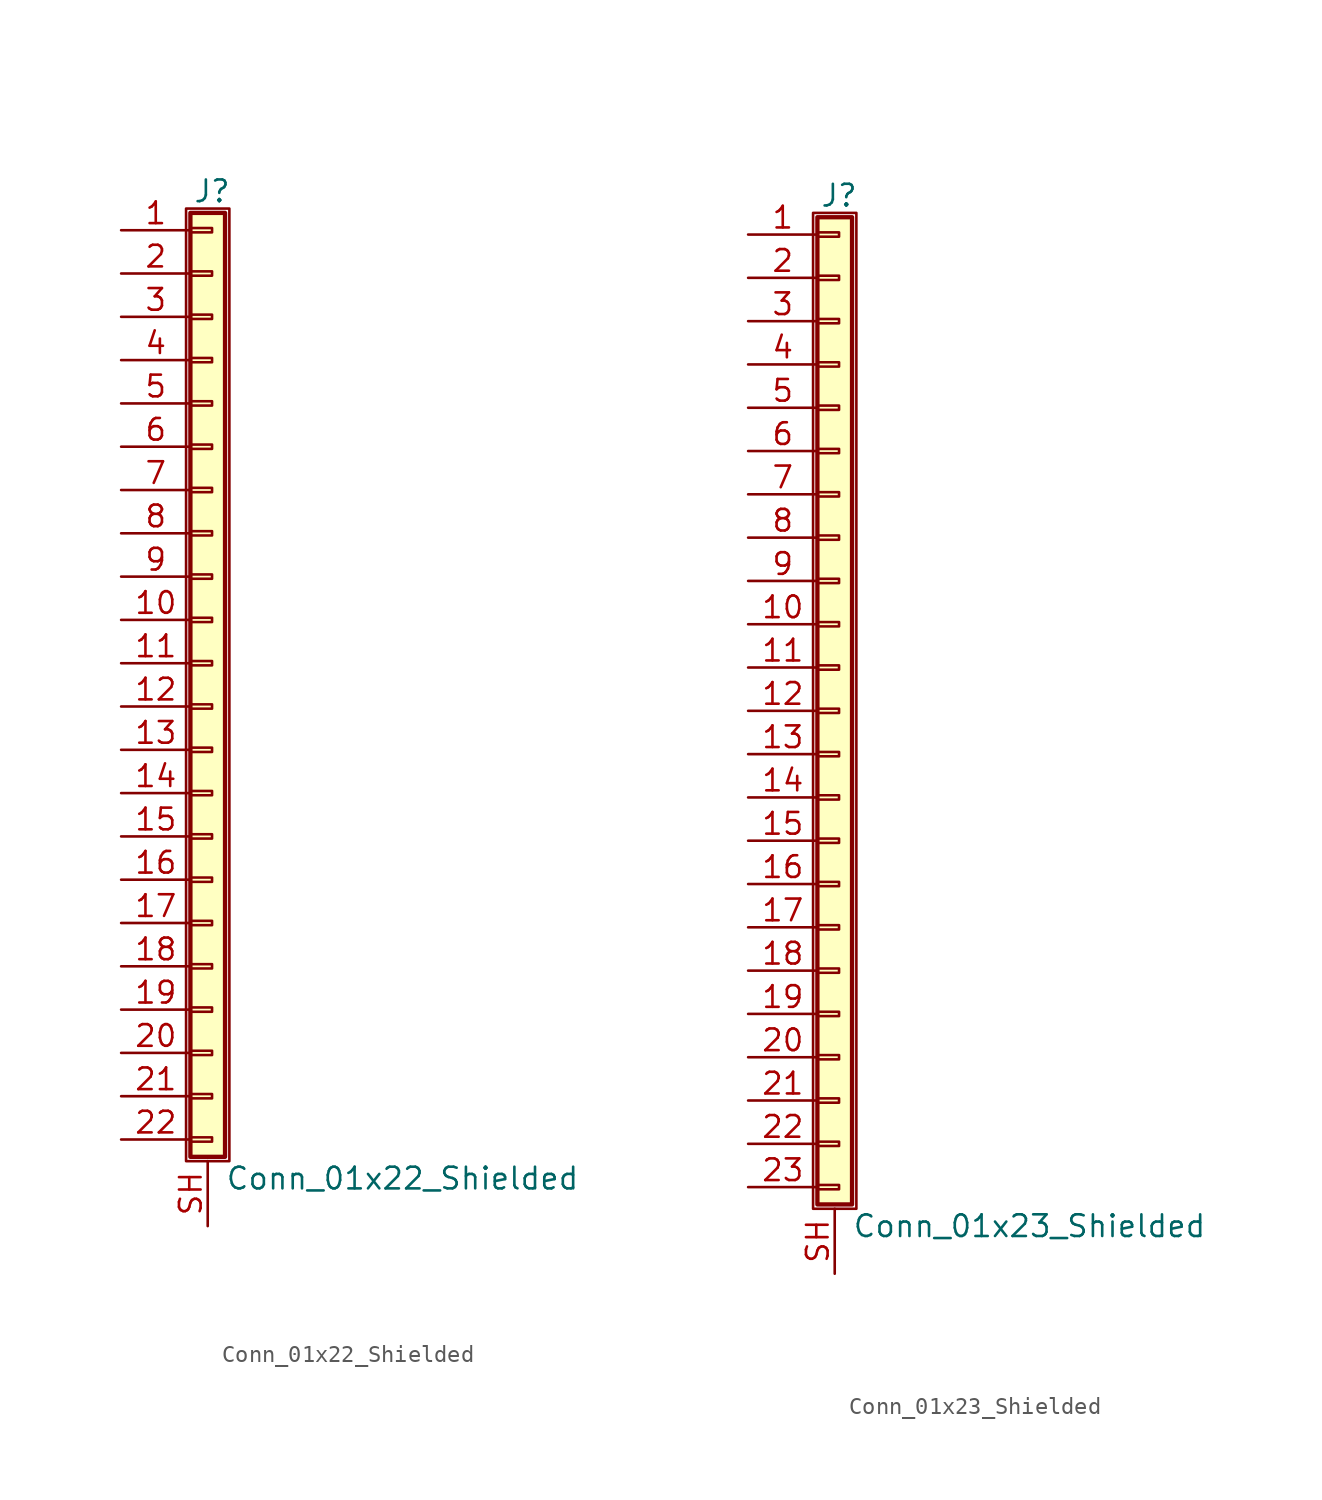
<source format=kicad_sym>
(kicad_symbol_lib
  (version 20201005)
  (generator kicad_symbol_editor)
  (symbol "Connector_Generic_Shielded:Conn_01x22_Shielded"
    (pin_names
      (offset 1.016) hide)
    (property "Reference" "J"
      (at 0.254 27.686 0)
      (effects (font (size 1.27 1.27))))
    (property "Value" "Conn_01x22_Shielded"
      (at 1.016 -30.226 0)
      (effects (font (size 1.27 1.27)) (justify left)))
    (symbol "Conn_01x22_Shielded_1_1"
      (rectangle (start -1.016 -27.813) (end 0.254 -28.067) (stroke (width 0.152)) (fill (type none)))
      (rectangle (start -1.016 -4.953) (end 0.254 -5.207) (stroke (width 0.152)) (fill (type none)))
      (rectangle (start -1.016 -7.493) (end 0.254 -7.747) (stroke (width 0.152)) (fill (type none)))
      (rectangle (start -1.016 -10.033) (end 0.254 -10.287) (stroke (width 0.152)) (fill (type none)))
      (rectangle (start -1.016 -12.573) (end 0.254 -12.827) (stroke (width 0.152)) (fill (type none)))
      (rectangle (start -1.016 -15.113) (end 0.254 -15.367) (stroke (width 0.152)) (fill (type none)))
      (rectangle (start -1.016 -17.653) (end 0.254 -17.907) (stroke (width 0.152)) (fill (type none)))
      (rectangle (start -1.016 -20.193) (end 0.254 -20.447) (stroke (width 0.152)) (fill (type none)))
      (rectangle (start -1.016 -22.733) (end 0.254 -22.987) (stroke (width 0.152)) (fill (type none)))
      (rectangle (start -1.016 -2.413) (end 0.254 -2.667) (stroke (width 0.152)) (fill (type none)))
      (rectangle (start -1.016 -25.273) (end 0.254 -25.527) (stroke (width 0.152)) (fill (type none)))
      (rectangle (start -1.016 25.527) (end 0.254 25.273) (stroke (width 0.152)) (fill (type none)))
      (rectangle (start -1.016 26.416) (end 1.016 -28.956) (stroke (width 0.254)) (fill (type background)))
      (rectangle (start -1.016 2.667) (end 0.254 2.413) (stroke (width 0.152)) (fill (type none)))
      (rectangle (start -1.016 5.207) (end 0.254 4.953) (stroke (width 0.152)) (fill (type none)))
      (rectangle (start -1.016 7.747) (end 0.254 7.493) (stroke (width 0.152)) (fill (type none)))
      (rectangle (start -1.016 10.287) (end 0.254 10.033) (stroke (width 0.152)) (fill (type none)))
      (rectangle (start -1.016 0.127) (end 0.254 -0.127) (stroke (width 0.152)) (fill (type none)))
      (rectangle (start -1.016 12.827) (end 0.254 12.573) (stroke (width 0.152)) (fill (type none)))
      (rectangle (start -1.016 15.367) (end 0.254 15.113) (stroke (width 0.152)) (fill (type none)))
      (rectangle (start -1.016 17.907) (end 0.254 17.653) (stroke (width 0.152)) (fill (type none)))
      (rectangle (start -1.016 20.447) (end 0.254 20.193) (stroke (width 0.152)) (fill (type none)))
      (rectangle (start -1.016 22.987) (end 0.254 22.733) (stroke (width 0.152)) (fill (type none)))
      (rectangle (start -1.27 26.67) (end 1.27 -29.21) (stroke (width 0.152)) (fill (type none)))
      (pin passive line (at -5.08 25.4 0) (length 4.064) (name "Pin_1" (effects (font (size 1.27 1.27)))) (number "1" (effects (font (size 1.27 1.27)))))
      (pin passive line (at -5.08 2.54 0) (length 4.064) (name "Pin_10" (effects (font (size 1.27 1.27)))) (number "10" (effects (font (size 1.27 1.27)))))
      (pin passive line (at -5.08 0 0) (length 4.064) (name "Pin_11" (effects (font (size 1.27 1.27)))) (number "11" (effects (font (size 1.27 1.27)))))
      (pin passive line (at -5.08 -2.54 0) (length 4.064) (name "Pin_12" (effects (font (size 1.27 1.27)))) (number "12" (effects (font (size 1.27 1.27)))))
      (pin passive line (at -5.08 -5.08 0) (length 4.064) (name "Pin_13" (effects (font (size 1.27 1.27)))) (number "13" (effects (font (size 1.27 1.27)))))
      (pin passive line (at -5.08 -7.62 0) (length 4.064) (name "Pin_14" (effects (font (size 1.27 1.27)))) (number "14" (effects (font (size 1.27 1.27)))))
      (pin passive line (at -5.08 -10.16 0) (length 4.064) (name "Pin_15" (effects (font (size 1.27 1.27)))) (number "15" (effects (font (size 1.27 1.27)))))
      (pin passive line (at -5.08 -12.7 0) (length 4.064) (name "Pin_16" (effects (font (size 1.27 1.27)))) (number "16" (effects (font (size 1.27 1.27)))))
      (pin passive line (at -5.08 -15.24 0) (length 4.064) (name "Pin_17" (effects (font (size 1.27 1.27)))) (number "17" (effects (font (size 1.27 1.27)))))
      (pin passive line (at -5.08 -17.78 0) (length 4.064) (name "Pin_18" (effects (font (size 1.27 1.27)))) (number "18" (effects (font (size 1.27 1.27)))))
      (pin passive line (at -5.08 -20.32 0) (length 4.064) (name "Pin_19" (effects (font (size 1.27 1.27)))) (number "19" (effects (font (size 1.27 1.27)))))
      (pin passive line (at -5.08 22.86 0) (length 4.064) (name "Pin_2" (effects (font (size 1.27 1.27)))) (number "2" (effects (font (size 1.27 1.27)))))
      (pin passive line (at -5.08 -22.86 0) (length 4.064) (name "Pin_20" (effects (font (size 1.27 1.27)))) (number "20" (effects (font (size 1.27 1.27)))))
      (pin passive line (at -5.08 -25.4 0) (length 4.064) (name "Pin_21" (effects (font (size 1.27 1.27)))) (number "21" (effects (font (size 1.27 1.27)))))
      (pin passive line (at -5.08 -27.94 0) (length 4.064) (name "Pin_22" (effects (font (size 1.27 1.27)))) (number "22" (effects (font (size 1.27 1.27)))))
      (pin passive line (at -5.08 20.32 0) (length 4.064) (name "Pin_3" (effects (font (size 1.27 1.27)))) (number "3" (effects (font (size 1.27 1.27)))))
      (pin passive line (at -5.08 17.78 0) (length 4.064) (name "Pin_4" (effects (font (size 1.27 1.27)))) (number "4" (effects (font (size 1.27 1.27)))))
      (pin passive line (at -5.08 15.24 0) (length 4.064) (name "Pin_5" (effects (font (size 1.27 1.27)))) (number "5" (effects (font (size 1.27 1.27)))))
      (pin passive line (at -5.08 12.7 0) (length 4.064) (name "Pin_6" (effects (font (size 1.27 1.27)))) (number "6" (effects (font (size 1.27 1.27)))))
      (pin passive line (at -5.08 10.16 0) (length 4.064) (name "Pin_7" (effects (font (size 1.27 1.27)))) (number "7" (effects (font (size 1.27 1.27)))))
      (pin passive line (at -5.08 7.62 0) (length 4.064) (name "Pin_8" (effects (font (size 1.27 1.27)))) (number "8" (effects (font (size 1.27 1.27)))))
      (pin passive line (at -5.08 5.08 0) (length 4.064) (name "Pin_9" (effects (font (size 1.27 1.27)))) (number "9" (effects (font (size 1.27 1.27)))))
      (pin passive line (at 0 -33.02 90) (length 3.81) (name "Shield" (effects (font (size 1.27 1.27)))) (number "SH" (effects (font (size 1.27 1.27)))))))
  (symbol "Connector_Generic_Shielded:Conn_01x23_Shielded"
    (pin_names
      (offset 1.016) hide)
    (property "Reference" "J"
      (at 0.254 30.226 0)
      (effects (font (size 1.27 1.27))))
    (property "Value" "Conn_01x23_Shielded"
      (at 1.016 -30.226 0)
      (effects (font (size 1.27 1.27)) (justify left)))
    (symbol "Conn_01x23_Shielded_1_1"
      (rectangle (start -1.016 -27.813) (end 0.254 -28.067) (stroke (width 0.152)) (fill (type none)))
      (rectangle (start -1.016 -4.953) (end 0.254 -5.207) (stroke (width 0.152)) (fill (type none)))
      (rectangle (start -1.016 -7.493) (end 0.254 -7.747) (stroke (width 0.152)) (fill (type none)))
      (rectangle (start -1.016 -10.033) (end 0.254 -10.287) (stroke (width 0.152)) (fill (type none)))
      (rectangle (start -1.016 -12.573) (end 0.254 -12.827) (stroke (width 0.152)) (fill (type none)))
      (rectangle (start -1.016 -15.113) (end 0.254 -15.367) (stroke (width 0.152)) (fill (type none)))
      (rectangle (start -1.016 -17.653) (end 0.254 -17.907) (stroke (width 0.152)) (fill (type none)))
      (rectangle (start -1.016 -20.193) (end 0.254 -20.447) (stroke (width 0.152)) (fill (type none)))
      (rectangle (start -1.016 -22.733) (end 0.254 -22.987) (stroke (width 0.152)) (fill (type none)))
      (rectangle (start -1.016 -2.413) (end 0.254 -2.667) (stroke (width 0.152)) (fill (type none)))
      (rectangle (start -1.016 -25.273) (end 0.254 -25.527) (stroke (width 0.152)) (fill (type none)))
      (rectangle (start -1.016 25.527) (end 0.254 25.273) (stroke (width 0.152)) (fill (type none)))
      (rectangle (start -1.016 2.667) (end 0.254 2.413) (stroke (width 0.152)) (fill (type none)))
      (rectangle (start -1.016 28.067) (end 0.254 27.813) (stroke (width 0.152)) (fill (type none)))
      (rectangle (start -1.016 28.956) (end 1.016 -28.956) (stroke (width 0.254)) (fill (type background)))
      (rectangle (start -1.016 5.207) (end 0.254 4.953) (stroke (width 0.152)) (fill (type none)))
      (rectangle (start -1.016 7.747) (end 0.254 7.493) (stroke (width 0.152)) (fill (type none)))
      (rectangle (start -1.016 10.287) (end 0.254 10.033) (stroke (width 0.152)) (fill (type none)))
      (rectangle (start -1.016 0.127) (end 0.254 -0.127) (stroke (width 0.152)) (fill (type none)))
      (rectangle (start -1.016 12.827) (end 0.254 12.573) (stroke (width 0.152)) (fill (type none)))
      (rectangle (start -1.016 15.367) (end 0.254 15.113) (stroke (width 0.152)) (fill (type none)))
      (rectangle (start -1.016 17.907) (end 0.254 17.653) (stroke (width 0.152)) (fill (type none)))
      (rectangle (start -1.016 20.447) (end 0.254 20.193) (stroke (width 0.152)) (fill (type none)))
      (rectangle (start -1.016 22.987) (end 0.254 22.733) (stroke (width 0.152)) (fill (type none)))
      (rectangle (start -1.27 29.21) (end 1.27 -29.21) (stroke (width 0.152)) (fill (type none)))
      (pin passive line (at -5.08 27.94 0) (length 4.064) (name "Pin_1" (effects (font (size 1.27 1.27)))) (number "1" (effects (font (size 1.27 1.27)))))
      (pin passive line (at -5.08 5.08 0) (length 4.064) (name "Pin_10" (effects (font (size 1.27 1.27)))) (number "10" (effects (font (size 1.27 1.27)))))
      (pin passive line (at -5.08 2.54 0) (length 4.064) (name "Pin_11" (effects (font (size 1.27 1.27)))) (number "11" (effects (font (size 1.27 1.27)))))
      (pin passive line (at -5.08 0 0) (length 4.064) (name "Pin_12" (effects (font (size 1.27 1.27)))) (number "12" (effects (font (size 1.27 1.27)))))
      (pin passive line (at -5.08 -2.54 0) (length 4.064) (name "Pin_13" (effects (font (size 1.27 1.27)))) (number "13" (effects (font (size 1.27 1.27)))))
      (pin passive line (at -5.08 -5.08 0) (length 4.064) (name "Pin_14" (effects (font (size 1.27 1.27)))) (number "14" (effects (font (size 1.27 1.27)))))
      (pin passive line (at -5.08 -7.62 0) (length 4.064) (name "Pin_15" (effects (font (size 1.27 1.27)))) (number "15" (effects (font (size 1.27 1.27)))))
      (pin passive line (at -5.08 -10.16 0) (length 4.064) (name "Pin_16" (effects (font (size 1.27 1.27)))) (number "16" (effects (font (size 1.27 1.27)))))
      (pin passive line (at -5.08 -12.7 0) (length 4.064) (name "Pin_17" (effects (font (size 1.27 1.27)))) (number "17" (effects (font (size 1.27 1.27)))))
      (pin passive line (at -5.08 -15.24 0) (length 4.064) (name "Pin_18" (effects (font (size 1.27 1.27)))) (number "18" (effects (font (size 1.27 1.27)))))
      (pin passive line (at -5.08 -17.78 0) (length 4.064) (name "Pin_19" (effects (font (size 1.27 1.27)))) (number "19" (effects (font (size 1.27 1.27)))))
      (pin passive line (at -5.08 25.4 0) (length 4.064) (name "Pin_2" (effects (font (size 1.27 1.27)))) (number "2" (effects (font (size 1.27 1.27)))))
      (pin passive line (at -5.08 -20.32 0) (length 4.064) (name "Pin_20" (effects (font (size 1.27 1.27)))) (number "20" (effects (font (size 1.27 1.27)))))
      (pin passive line (at -5.08 -22.86 0) (length 4.064) (name "Pin_21" (effects (font (size 1.27 1.27)))) (number "21" (effects (font (size 1.27 1.27)))))
      (pin passive line (at -5.08 -25.4 0) (length 4.064) (name "Pin_22" (effects (font (size 1.27 1.27)))) (number "22" (effects (font (size 1.27 1.27)))))
      (pin passive line (at -5.08 -27.94 0) (length 4.064) (name "Pin_23" (effects (font (size 1.27 1.27)))) (number "23" (effects (font (size 1.27 1.27)))))
      (pin passive line (at -5.08 22.86 0) (length 4.064) (name "Pin_3" (effects (font (size 1.27 1.27)))) (number "3" (effects (font (size 1.27 1.27)))))
      (pin passive line (at -5.08 20.32 0) (length 4.064) (name "Pin_4" (effects (font (size 1.27 1.27)))) (number "4" (effects (font (size 1.27 1.27)))))
      (pin passive line (at -5.08 17.78 0) (length 4.064) (name "Pin_5" (effects (font (size 1.27 1.27)))) (number "5" (effects (font (size 1.27 1.27)))))
      (pin passive line (at -5.08 15.24 0) (length 4.064) (name "Pin_6" (effects (font (size 1.27 1.27)))) (number "6" (effects (font (size 1.27 1.27)))))
      (pin passive line (at -5.08 12.7 0) (length 4.064) (name "Pin_7" (effects (font (size 1.27 1.27)))) (number "7" (effects (font (size 1.27 1.27)))))
      (pin passive line (at -5.08 10.16 0) (length 4.064) (name "Pin_8" (effects (font (size 1.27 1.27)))) (number "8" (effects (font (size 1.27 1.27)))))
      (pin passive line (at -5.08 7.62 0) (length 4.064) (name "Pin_9" (effects (font (size 1.27 1.27)))) (number "9" (effects (font (size 1.27 1.27)))))
      (pin passive line (at 0 -33.02 90) (length 3.81) (name "Shield" (effects (font (size 1.27 1.27)))) (number "SH" (effects (font (size 1.27 1.27))))))))
</source>
